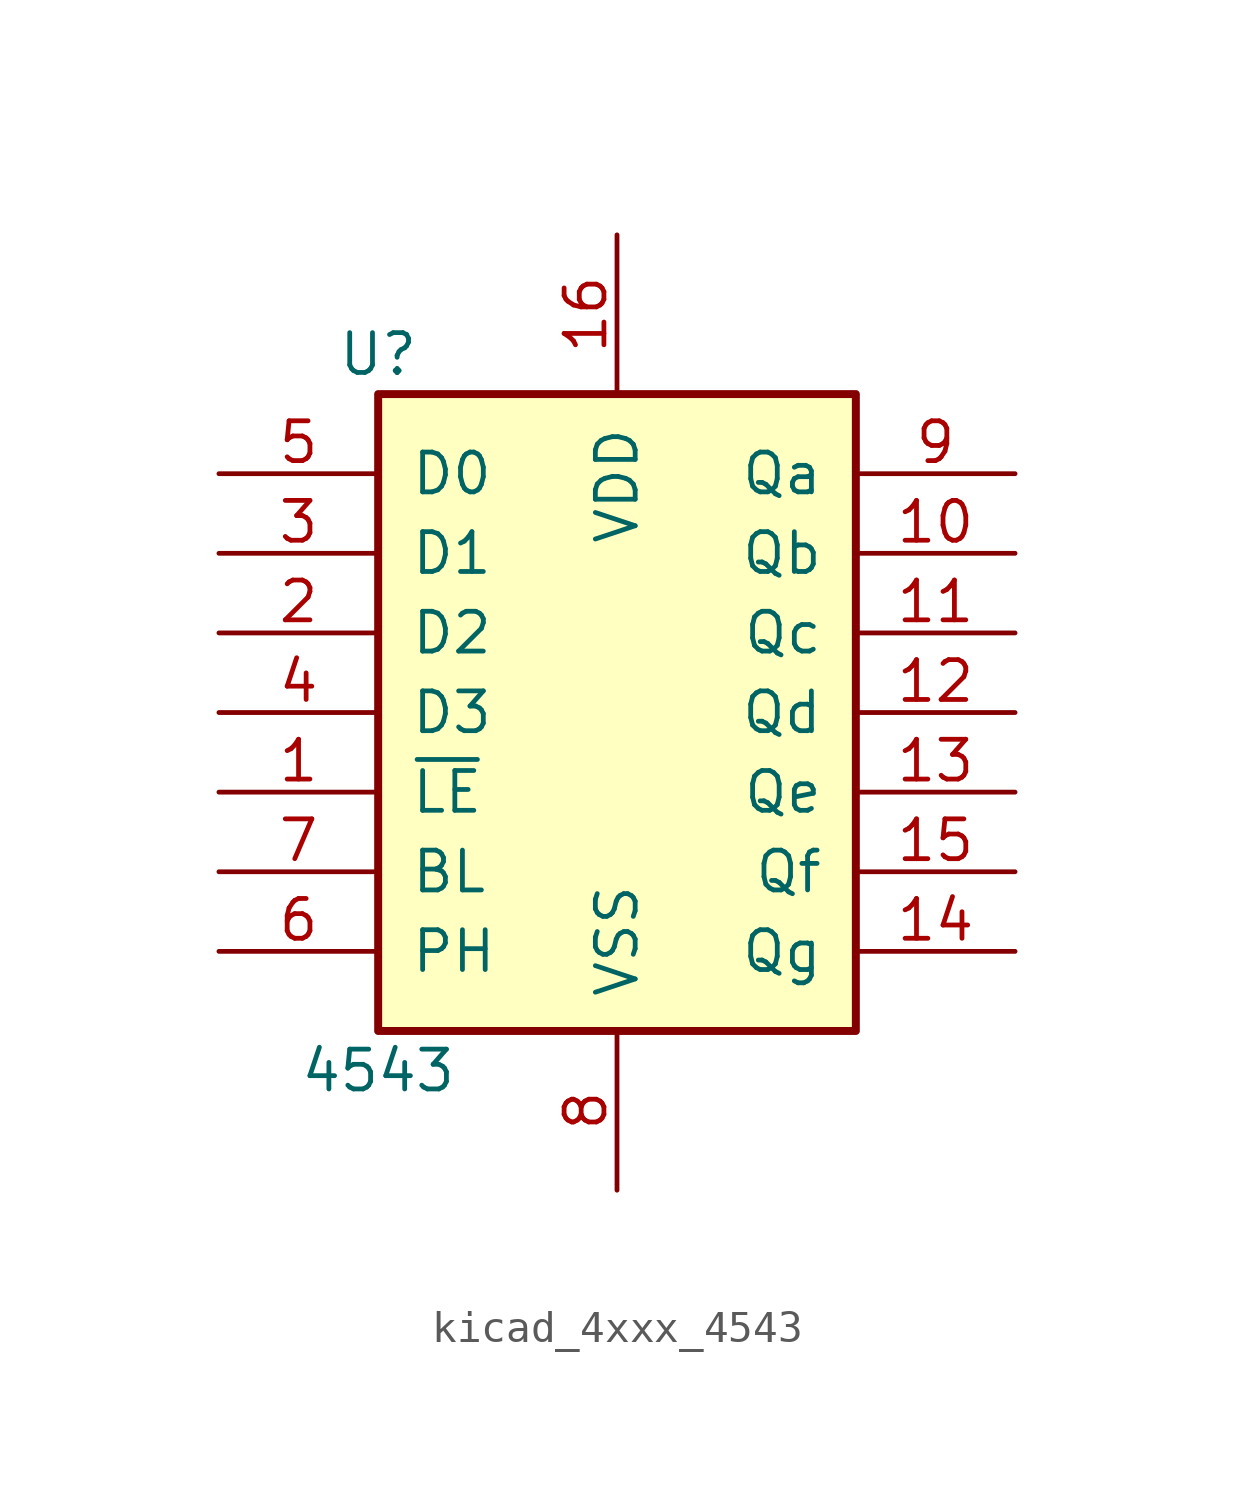
<source format=kicad_sym>
(kicad_symbol_lib
  (version 20220914)
  (generator kicad_symbol_editor)
  (symbol "kicad_4xxx_4543"
    (pin_names
      (offset 1.016))
    (property "Reference" "U"
      (at -7.62 11.43 0)
      (effects (font (size 1.27 1.27))))
    (property "Value" "4543"
      (at -7.62 -11.43 0)
      (effects (font (size 1.27 1.27))))
    (property "ki_locked" ""
      (at 0 0 0)
      (effects (font (size 1.27 1.27))))
    (symbol "kicad_4xxx_4543_1_0"
      (pin input line (at -12.7 -2.54 0) (length 5.08) (name "~{LE}" (effects (font (size 1.27 1.27)))) (number "1" (effects (font (size 1.27 1.27)))))
      (pin output line (at 12.7 5.08 180) (length 5.08) (name "Qb" (effects (font (size 1.27 1.27)))) (number "10" (effects (font (size 1.27 1.27)))))
      (pin output line (at 12.7 2.54 180) (length 5.08) (name "Qc" (effects (font (size 1.27 1.27)))) (number "11" (effects (font (size 1.27 1.27)))))
      (pin output line (at 12.7 0 180) (length 5.08) (name "Qd" (effects (font (size 1.27 1.27)))) (number "12" (effects (font (size 1.27 1.27)))))
      (pin output line (at 12.7 -2.54 180) (length 5.08) (name "Qe" (effects (font (size 1.27 1.27)))) (number "13" (effects (font (size 1.27 1.27)))))
      (pin output line (at 12.7 -7.62 180) (length 5.08) (name "Qg" (effects (font (size 1.27 1.27)))) (number "14" (effects (font (size 1.27 1.27)))))
      (pin output line (at 12.7 -5.08 180) (length 5.08) (name "Qf" (effects (font (size 1.27 1.27)))) (number "15" (effects (font (size 1.27 1.27)))))
      (pin power_in line (at 0 15.24 270) (length 5.08) (name "VDD" (effects (font (size 1.27 1.27)))) (number "16" (effects (font (size 1.27 1.27)))))
      (pin input line (at -12.7 2.54 0) (length 5.08) (name "D2" (effects (font (size 1.27 1.27)))) (number "2" (effects (font (size 1.27 1.27)))))
      (pin input line (at -12.7 5.08 0) (length 5.08) (name "D1" (effects (font (size 1.27 1.27)))) (number "3" (effects (font (size 1.27 1.27)))))
      (pin input line (at -12.7 0 0) (length 5.08) (name "D3" (effects (font (size 1.27 1.27)))) (number "4" (effects (font (size 1.27 1.27)))))
      (pin input line (at -12.7 7.62 0) (length 5.08) (name "D0" (effects (font (size 1.27 1.27)))) (number "5" (effects (font (size 1.27 1.27)))))
      (pin input line (at -12.7 -7.62 0) (length 5.08) (name "PH" (effects (font (size 1.27 1.27)))) (number "6" (effects (font (size 1.27 1.27)))))
      (pin input line (at -12.7 -5.08 0) (length 5.08) (name "BL" (effects (font (size 1.27 1.27)))) (number "7" (effects (font (size 1.27 1.27)))))
      (pin power_in line (at 0 -15.24 90) (length 5.08) (name "VSS" (effects (font (size 1.27 1.27)))) (number "8" (effects (font (size 1.27 1.27)))))
      (pin output line (at 12.7 7.62 180) (length 5.08) (name "Qa" (effects (font (size 1.27 1.27)))) (number "9" (effects (font (size 1.27 1.27))))))
    (symbol "kicad_4xxx_4543_1_1"
      (rectangle (start -7.62 10.16) (end 7.62 -10.16) (stroke (width 0.254) (type default)) (fill (type background))))))
</source>
